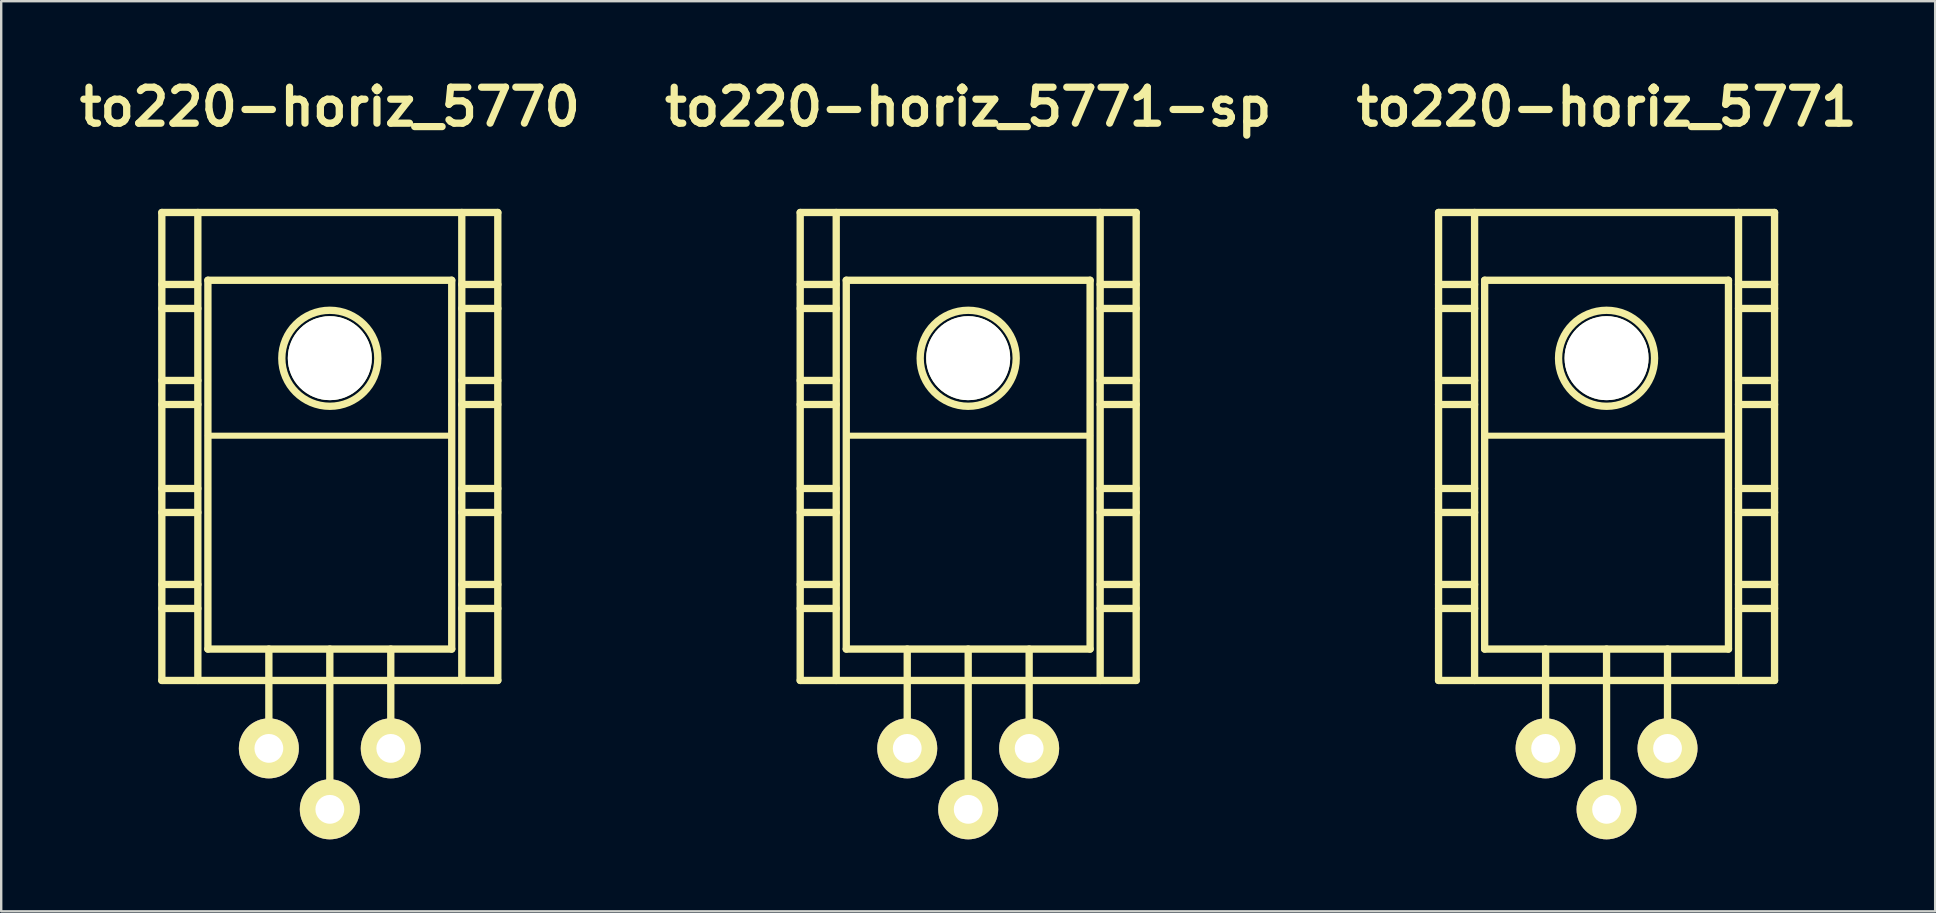
<source format=kicad_pcb>
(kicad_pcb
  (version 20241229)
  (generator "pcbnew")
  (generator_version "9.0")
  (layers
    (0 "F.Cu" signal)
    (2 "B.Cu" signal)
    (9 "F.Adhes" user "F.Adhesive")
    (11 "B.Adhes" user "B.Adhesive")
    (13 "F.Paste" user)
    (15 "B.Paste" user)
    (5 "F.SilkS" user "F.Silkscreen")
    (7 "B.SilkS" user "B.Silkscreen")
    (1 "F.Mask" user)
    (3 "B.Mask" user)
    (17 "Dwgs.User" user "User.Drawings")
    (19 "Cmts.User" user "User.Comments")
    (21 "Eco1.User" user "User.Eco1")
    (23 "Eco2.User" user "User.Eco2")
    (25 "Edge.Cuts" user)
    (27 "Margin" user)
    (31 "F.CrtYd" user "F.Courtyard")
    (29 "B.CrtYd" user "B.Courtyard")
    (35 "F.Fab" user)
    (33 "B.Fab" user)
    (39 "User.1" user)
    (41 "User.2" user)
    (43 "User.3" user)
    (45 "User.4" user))
  (footprint "to220-horiz_5771"
    (layer "F.Cu")
    (at 63.893 19.804)
    (property "Reference" "to220-horiz_5771" (at 0 -18.4 0) (layer "F.SilkS") (effects (font (size 1.5 1.5) (thickness 0.3))))
    (attr through_hole)
    (fp_line (start -7 -14) (end -7 5.499) (stroke (width 0.305) (type solid)) (layer "F.SilkS"))
    (fp_line (start -7 -11.001) (end -5.499 -11.001) (stroke (width 0.305) (type solid)) (layer "F.SilkS"))
    (fp_line (start -7 -10) (end -5.499 -10) (stroke (width 0.305) (type solid)) (layer "F.SilkS"))
    (fp_line (start -7 -7) (end -5.499 -7) (stroke (width 0.305) (type solid)) (layer "F.SilkS"))
    (fp_line (start -7 -5.999) (end -5.499 -5.999) (stroke (width 0.305) (type solid)) (layer "F.SilkS"))
    (fp_line (start -7 -2.499) (end -5.499 -2.499) (stroke (width 0.305) (type solid)) (layer "F.SilkS"))
    (fp_line (start -7 -1.501) (end -5.499 -1.501) (stroke (width 0.305) (type solid)) (layer "F.SilkS"))
    (fp_line (start -7 1.501) (end -5.499 1.501) (stroke (width 0.305) (type solid)) (layer "F.SilkS"))
    (fp_line (start -7 2.499) (end -5.499 2.499) (stroke (width 0.305) (type solid)) (layer "F.SilkS"))
    (fp_line (start -7 5.499) (end 7 5.499) (stroke (width 0.305) (type solid)) (layer "F.SilkS"))
    (fp_line (start -5.499 5.499) (end -5.499 -14) (stroke (width 0.305) (type solid)) (layer "F.SilkS"))
    (fp_line (start -5.08 -11.176) (end -5.08 4.191) (stroke (width 0.305) (type solid)) (layer "F.SilkS"))
    (fp_line (start -5.08 4.191) (end 5.08 4.191) (stroke (width 0.305) (type solid)) (layer "F.SilkS"))
    (fp_line (start -2.54 8.382) (end -2.54 4.191) (stroke (width 0.305) (type solid)) (layer "F.SilkS"))
    (fp_line (start 0 4.191) (end 0 10.922) (stroke (width 0.305) (type solid)) (layer "F.SilkS"))
    (fp_line (start 2.54 8.382) (end 2.54 4.191) (stroke (width 0.305) (type solid)) (layer "F.SilkS"))
    (fp_line (start 5.08 -11.176) (end -5.08 -11.176) (stroke (width 0.305) (type solid)) (layer "F.SilkS"))
    (fp_line (start 5.08 -4.699) (end -5.08 -4.699) (stroke (width 0.254) (type solid)) (layer "F.SilkS"))
    (fp_line (start 5.08 4.191) (end 5.08 -11.176) (stroke (width 0.305) (type solid)) (layer "F.SilkS"))
    (fp_line (start 5.499 -14) (end 5.499 5.499) (stroke (width 0.305) (type solid)) (layer "F.SilkS"))
    (fp_line (start 5.499 -11.001) (end 7 -11.001) (stroke (width 0.305) (type solid)) (layer "F.SilkS"))
    (fp_line (start 5.499 -10) (end 7 -10) (stroke (width 0.305) (type solid)) (layer "F.SilkS"))
    (fp_line (start 5.499 -7) (end 7 -7) (stroke (width 0.305) (type solid)) (layer "F.SilkS"))
    (fp_line (start 5.499 -5.999) (end 7 -5.999) (stroke (width 0.305) (type solid)) (layer "F.SilkS"))
    (fp_line (start 5.499 -2.499) (end 7 -2.499) (stroke (width 0.305) (type solid)) (layer "F.SilkS"))
    (fp_line (start 5.499 -1.501) (end 7 -1.501) (stroke (width 0.305) (type solid)) (layer "F.SilkS"))
    (fp_line (start 5.499 1.501) (end 7 1.501) (stroke (width 0.305) (type solid)) (layer "F.SilkS"))
    (fp_line (start 5.499 2.499) (end 7 2.499) (stroke (width 0.305) (type solid)) (layer "F.SilkS"))
    (fp_line (start 7 -14) (end -7 -14) (stroke (width 0.305) (type solid)) (layer "F.SilkS"))
    (fp_line (start 7 5.499) (end 7 -14) (stroke (width 0.305) (type solid)) (layer "F.SilkS"))
    (fp_circle (center 0 -7.925) (end -1.999 -8.001) (stroke (width 0.305) (type solid)) (fill no) (layer "F.SilkS"))
    (pad "" np_thru_hole circle (at 0 -7.93) (size 3.5 3.5) (drill 3.5) (layers "*.Cu" "*.Mask" "F.SilkS"))
    (pad "1" thru_hole circle (at 2.54 8.33) (size 2.5 2.5) (drill 1.2) (layers "*.Cu" "*.Mask" "F.SilkS"))
    (pad "2" thru_hole circle (at 0 10.87) (size 2.5 2.5) (drill 1.2) (layers "*.Cu" "*.Mask" "F.SilkS"))
    (pad "3" thru_hole circle (at -2.54 8.33) (size 2.5 2.5) (drill 1.2) (layers "*.Cu" "*.Mask" "F.SilkS")))
  (footprint "to220-horiz_5771-sp"
    (layer "F.Cu")
    (at 37.293 19.804)
    (property "Reference" "to220-horiz_5771-sp" (at 0 -18.4 0) (layer "F.SilkS") (effects (font (size 1.5 1.5) (thickness 0.3))))
    (attr through_hole)
    (fp_line (start -7 -14) (end -7 5.499) (stroke (width 0.305) (type solid)) (layer "F.SilkS"))
    (fp_line (start -7 -11.001) (end -5.499 -11.001) (stroke (width 0.305) (type solid)) (layer "F.SilkS"))
    (fp_line (start -7 -10) (end -5.499 -10) (stroke (width 0.305) (type solid)) (layer "F.SilkS"))
    (fp_line (start -7 -7) (end -5.499 -7) (stroke (width 0.305) (type solid)) (layer "F.SilkS"))
    (fp_line (start -7 -5.999) (end -5.499 -5.999) (stroke (width 0.305) (type solid)) (layer "F.SilkS"))
    (fp_line (start -7 -2.499) (end -5.499 -2.499) (stroke (width 0.305) (type solid)) (layer "F.SilkS"))
    (fp_line (start -7 -1.501) (end -5.499 -1.501) (stroke (width 0.305) (type solid)) (layer "F.SilkS"))
    (fp_line (start -7 1.501) (end -5.499 1.501) (stroke (width 0.305) (type solid)) (layer "F.SilkS"))
    (fp_line (start -7 2.499) (end -5.499 2.499) (stroke (width 0.305) (type solid)) (layer "F.SilkS"))
    (fp_line (start -7 5.499) (end 7 5.499) (stroke (width 0.305) (type solid)) (layer "F.SilkS"))
    (fp_line (start -5.499 5.499) (end -5.499 -14) (stroke (width 0.305) (type solid)) (layer "F.SilkS"))
    (fp_line (start -5.08 -11.176) (end -5.08 4.191) (stroke (width 0.305) (type solid)) (layer "F.SilkS"))
    (fp_line (start -5.08 4.191) (end 5.08 4.191) (stroke (width 0.305) (type solid)) (layer "F.SilkS"))
    (fp_line (start -2.54 8.382) (end -2.54 4.191) (stroke (width 0.305) (type solid)) (layer "F.SilkS"))
    (fp_line (start 0 4.191) (end 0 10.922) (stroke (width 0.305) (type solid)) (layer "F.SilkS"))
    (fp_line (start 2.54 8.382) (end 2.54 4.191) (stroke (width 0.305) (type solid)) (layer "F.SilkS"))
    (fp_line (start 5.08 -11.176) (end -5.08 -11.176) (stroke (width 0.305) (type solid)) (layer "F.SilkS"))
    (fp_line (start 5.08 -4.699) (end -5.08 -4.699) (stroke (width 0.254) (type solid)) (layer "F.SilkS"))
    (fp_line (start 5.08 4.191) (end 5.08 -11.176) (stroke (width 0.305) (type solid)) (layer "F.SilkS"))
    (fp_line (start 5.499 -14) (end 5.499 5.499) (stroke (width 0.305) (type solid)) (layer "F.SilkS"))
    (fp_line (start 5.499 -11.001) (end 7 -11.001) (stroke (width 0.305) (type solid)) (layer "F.SilkS"))
    (fp_line (start 5.499 -10) (end 7 -10) (stroke (width 0.305) (type solid)) (layer "F.SilkS"))
    (fp_line (start 5.499 -7) (end 7 -7) (stroke (width 0.305) (type solid)) (layer "F.SilkS"))
    (fp_line (start 5.499 -5.999) (end 7 -5.999) (stroke (width 0.305) (type solid)) (layer "F.SilkS"))
    (fp_line (start 5.499 -2.499) (end 7 -2.499) (stroke (width 0.305) (type solid)) (layer "F.SilkS"))
    (fp_line (start 5.499 -1.501) (end 7 -1.501) (stroke (width 0.305) (type solid)) (layer "F.SilkS"))
    (fp_line (start 5.499 1.501) (end 7 1.501) (stroke (width 0.305) (type solid)) (layer "F.SilkS"))
    (fp_line (start 5.499 2.499) (end 7 2.499) (stroke (width 0.305) (type solid)) (layer "F.SilkS"))
    (fp_line (start 7 -14) (end -7 -14) (stroke (width 0.305) (type solid)) (layer "F.SilkS"))
    (fp_line (start 7 5.499) (end 7 -14) (stroke (width 0.305) (type solid)) (layer "F.SilkS"))
    (fp_circle (center 0 -7.925) (end -1.999 -8.001) (stroke (width 0.305) (type solid)) (fill no) (layer "F.SilkS"))
    (pad "" np_thru_hole circle (at 0 -7.93) (size 3.5 3.5) (drill 3.5) (layers "*.Cu" "*.Mask" "F.SilkS"))
    (pad "1" thru_hole circle (at -2.54 8.33) (size 2.5 2.5) (drill 1.2) (layers "*.Cu" "*.Mask" "F.SilkS"))
    (pad "2" thru_hole circle (at 0 10.87) (size 2.5 2.5) (drill 1.2) (layers "*.Cu" "*.Mask" "F.SilkS"))
    (pad "3" thru_hole circle (at 2.54 8.33) (size 2.5 2.5) (drill 1.2) (layers "*.Cu" "*.Mask" "F.SilkS")))
  (footprint "to220-horiz_5770"
    (layer "F.Cu")
    (at 10.693 19.804)
    (property "Reference" "to220-horiz_5770" (at 0 -18.4 0) (layer "F.SilkS") (effects (font (size 1.5 1.5) (thickness 0.3))))
    (attr through_hole)
    (fp_line (start -7 -14) (end -7 5.499) (stroke (width 0.305) (type solid)) (layer "F.SilkS"))
    (fp_line (start -7 -11.001) (end -5.499 -11.001) (stroke (width 0.305) (type solid)) (layer "F.SilkS"))
    (fp_line (start -7 -10) (end -5.499 -10) (stroke (width 0.305) (type solid)) (layer "F.SilkS"))
    (fp_line (start -7 -7) (end -5.499 -7) (stroke (width 0.305) (type solid)) (layer "F.SilkS"))
    (fp_line (start -7 -5.999) (end -5.499 -5.999) (stroke (width 0.305) (type solid)) (layer "F.SilkS"))
    (fp_line (start -7 -2.499) (end -5.499 -2.499) (stroke (width 0.305) (type solid)) (layer "F.SilkS"))
    (fp_line (start -7 -1.501) (end -5.499 -1.501) (stroke (width 0.305) (type solid)) (layer "F.SilkS"))
    (fp_line (start -7 1.501) (end -5.499 1.501) (stroke (width 0.305) (type solid)) (layer "F.SilkS"))
    (fp_line (start -7 2.499) (end -5.499 2.499) (stroke (width 0.305) (type solid)) (layer "F.SilkS"))
    (fp_line (start -7 5.499) (end 7 5.499) (stroke (width 0.305) (type solid)) (layer "F.SilkS"))
    (fp_line (start -5.499 5.499) (end -5.499 -14) (stroke (width 0.305) (type solid)) (layer "F.SilkS"))
    (fp_line (start -5.08 -11.176) (end -5.08 4.191) (stroke (width 0.305) (type solid)) (layer "F.SilkS"))
    (fp_line (start -5.08 4.191) (end 5.08 4.191) (stroke (width 0.305) (type solid)) (layer "F.SilkS"))
    (fp_line (start -2.54 8.382) (end -2.54 4.191) (stroke (width 0.305) (type solid)) (layer "F.SilkS"))
    (fp_line (start 0 4.191) (end 0 10.922) (stroke (width 0.305) (type solid)) (layer "F.SilkS"))
    (fp_line (start 2.54 8.382) (end 2.54 4.191) (stroke (width 0.305) (type solid)) (layer "F.SilkS"))
    (fp_line (start 5.08 -11.176) (end -5.08 -11.176) (stroke (width 0.305) (type solid)) (layer "F.SilkS"))
    (fp_line (start 5.08 -4.699) (end -5.08 -4.699) (stroke (width 0.254) (type solid)) (layer "F.SilkS"))
    (fp_line (start 5.08 4.191) (end 5.08 -11.176) (stroke (width 0.305) (type solid)) (layer "F.SilkS"))
    (fp_line (start 5.499 -14) (end 5.499 5.499) (stroke (width 0.305) (type solid)) (layer "F.SilkS"))
    (fp_line (start 5.499 -11.001) (end 7 -11.001) (stroke (width 0.305) (type solid)) (layer "F.SilkS"))
    (fp_line (start 5.499 -10) (end 7 -10) (stroke (width 0.305) (type solid)) (layer "F.SilkS"))
    (fp_line (start 5.499 -7) (end 7 -7) (stroke (width 0.305) (type solid)) (layer "F.SilkS"))
    (fp_line (start 5.499 -5.999) (end 7 -5.999) (stroke (width 0.305) (type solid)) (layer "F.SilkS"))
    (fp_line (start 5.499 -2.499) (end 7 -2.499) (stroke (width 0.305) (type solid)) (layer "F.SilkS"))
    (fp_line (start 5.499 -1.501) (end 7 -1.501) (stroke (width 0.305) (type solid)) (layer "F.SilkS"))
    (fp_line (start 5.499 1.501) (end 7 1.501) (stroke (width 0.305) (type solid)) (layer "F.SilkS"))
    (fp_line (start 5.499 2.499) (end 7 2.499) (stroke (width 0.305) (type solid)) (layer "F.SilkS"))
    (fp_line (start 7 -14) (end -7 -14) (stroke (width 0.305) (type solid)) (layer "F.SilkS"))
    (fp_line (start 7 5.499) (end 7 -14) (stroke (width 0.305) (type solid)) (layer "F.SilkS"))
    (fp_circle (center 0 -7.925) (end -1.999 -8.001) (stroke (width 0.305) (type solid)) (fill no) (layer "F.SilkS"))
    (pad "" np_thru_hole circle (at 0 -7.93) (size 3.5 3.5) (drill 3.5) (layers "*.Cu" "*.Mask" "F.SilkS"))
    (pad "1" thru_hole circle (at 2.54 8.33) (size 2.5 2.5) (drill 1.2) (layers "*.Cu" "*.Mask" "F.SilkS"))
    (pad "2" thru_hole circle (at 0 10.87) (size 2.5 2.5) (drill 1.2) (layers "*.Cu" "*.Mask" "F.SilkS"))
    (pad "3" thru_hole circle (at -2.54 8.33) (size 2.5 2.5) (drill 1.2) (layers "*.Cu" "*.Mask" "F.SilkS")))
  (gr_rect
    (start -3 -3)
    (end 77.586 34.924)
    (stroke (width 0.1) (type default))
    (fill no)
    (layer "Edge.Cuts")))
</source>
